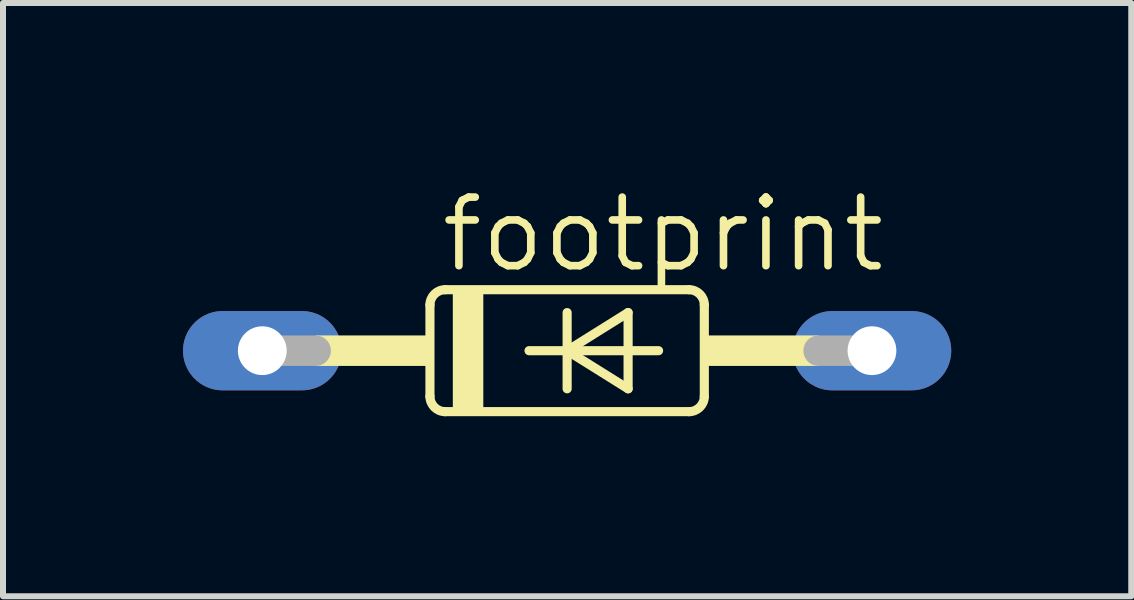
<source format=kicad_pcb>
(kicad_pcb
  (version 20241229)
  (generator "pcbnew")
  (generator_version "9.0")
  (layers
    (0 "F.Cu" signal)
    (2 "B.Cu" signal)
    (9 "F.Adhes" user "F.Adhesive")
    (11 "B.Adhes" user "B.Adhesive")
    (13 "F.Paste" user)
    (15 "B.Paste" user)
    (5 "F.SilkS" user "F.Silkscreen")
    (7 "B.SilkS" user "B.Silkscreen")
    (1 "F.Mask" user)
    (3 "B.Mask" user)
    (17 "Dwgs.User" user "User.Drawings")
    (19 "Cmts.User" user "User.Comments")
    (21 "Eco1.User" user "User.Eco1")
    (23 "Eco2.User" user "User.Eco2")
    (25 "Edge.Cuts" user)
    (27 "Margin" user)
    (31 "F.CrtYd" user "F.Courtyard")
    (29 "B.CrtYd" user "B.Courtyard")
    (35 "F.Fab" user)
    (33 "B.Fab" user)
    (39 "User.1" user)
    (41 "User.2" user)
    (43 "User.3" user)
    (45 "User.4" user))
  (footprint "footprint"
    (layer "F.Cu")
    (at 6.401 2.794)
    (property "Reference" "footprint" (at -2.159 -1.27 0) (layer "F.SilkS") (effects (font (size 1.143 1.143) (thickness 0.127)) (justify left bottom)))
    (fp_line (start -2.286 -0.762) (end -2.286 0.762) (stroke (width 0.152) (type solid)) (layer "F.SilkS"))
    (fp_line (start -2.032 -1.016) (end 2.032 -1.016) (stroke (width 0.152) (type solid)) (layer "F.SilkS"))
    (fp_line (start -2.032 1.016) (end 2.032 1.016) (stroke (width 0.152) (type solid)) (layer "F.SilkS"))
    (fp_line (start -0.635 0) (end 0 0) (stroke (width 0.152) (type solid)) (layer "F.SilkS"))
    (fp_line (start 0 -0.635) (end 0 0) (stroke (width 0.152) (type solid)) (layer "F.SilkS"))
    (fp_line (start 0 0) (end 0 0.635) (stroke (width 0.152) (type solid)) (layer "F.SilkS"))
    (fp_line (start 0 0) (end 1.016 -0.635) (stroke (width 0.152) (type solid)) (layer "F.SilkS"))
    (fp_line (start 0 0) (end 1.524 0) (stroke (width 0.152) (type solid)) (layer "F.SilkS"))
    (fp_line (start 1.016 -0.635) (end 1.016 0.635) (stroke (width 0.152) (type solid)) (layer "F.SilkS"))
    (fp_line (start 1.016 0.635) (end 0 0) (stroke (width 0.152) (type solid)) (layer "F.SilkS"))
    (fp_line (start 2.286 0.762) (end 2.286 -0.762) (stroke (width 0.152) (type solid)) (layer "F.SilkS"))
    (fp_arc (start -2.286 -0.762) (mid -2.211605 -0.941605) (end -2.032 -1.016) (stroke (width 0.1524) (type solid)) (layer "F.SilkS"))
    (fp_arc (start -2.032 1.016) (mid -2.211605 0.941605) (end -2.286 0.762) (stroke (width 0.1524) (type solid)) (layer "F.SilkS"))
    (fp_arc (start 2.032 -1.016) (mid 2.211605 -0.941605) (end 2.286 -0.762) (stroke (width 0.1524) (type solid)) (layer "F.SilkS"))
    (fp_arc (start 2.286 0.762) (mid 2.211605 0.941605) (end 2.032 1.016) (stroke (width 0.1524) (type solid)) (layer "F.SilkS"))
    (fp_poly (pts (xy -4.191 0.254) (xy -2.286 0.254) (xy -2.286 -0.254) (xy -4.191 -0.254)) (stroke (width 0) (type solid)) (fill yes) (layer "F.SilkS"))
    (fp_poly (pts (xy -1.905 1.016) (xy -1.397 1.016) (xy -1.397 -1.016) (xy -1.905 -1.016)) (stroke (width 0) (type solid)) (fill yes) (layer "F.SilkS"))
    (fp_poly (pts (xy 2.286 0.254) (xy 4.191 0.254) (xy 4.191 -0.254) (xy 2.286 -0.254)) (stroke (width 0) (type solid)) (fill yes) (layer "F.SilkS"))
    (fp_line (start -5.08 0) (end -4.191 0) (stroke (width 0.508) (type solid)) (layer "F.Fab"))
    (fp_line (start 5.08 0) (end 4.191 0) (stroke (width 0.508) (type solid)) (layer "F.Fab"))
    (pad "A" thru_hole oval (at 5.08 0) (size 2.642 1.321) (drill 0.813) (layers "*.Cu" "*.Mask"))
    (pad "C" thru_hole oval (at -5.08 0) (size 2.642 1.321) (drill 0.813) (layers "*.Cu" "*.Mask")))
  (gr_rect
    (start -3 -3)
    (end 15.802 6.886)
    (stroke (width 0.1) (type default))
    (fill no)
    (layer "Edge.Cuts")))
</source>
